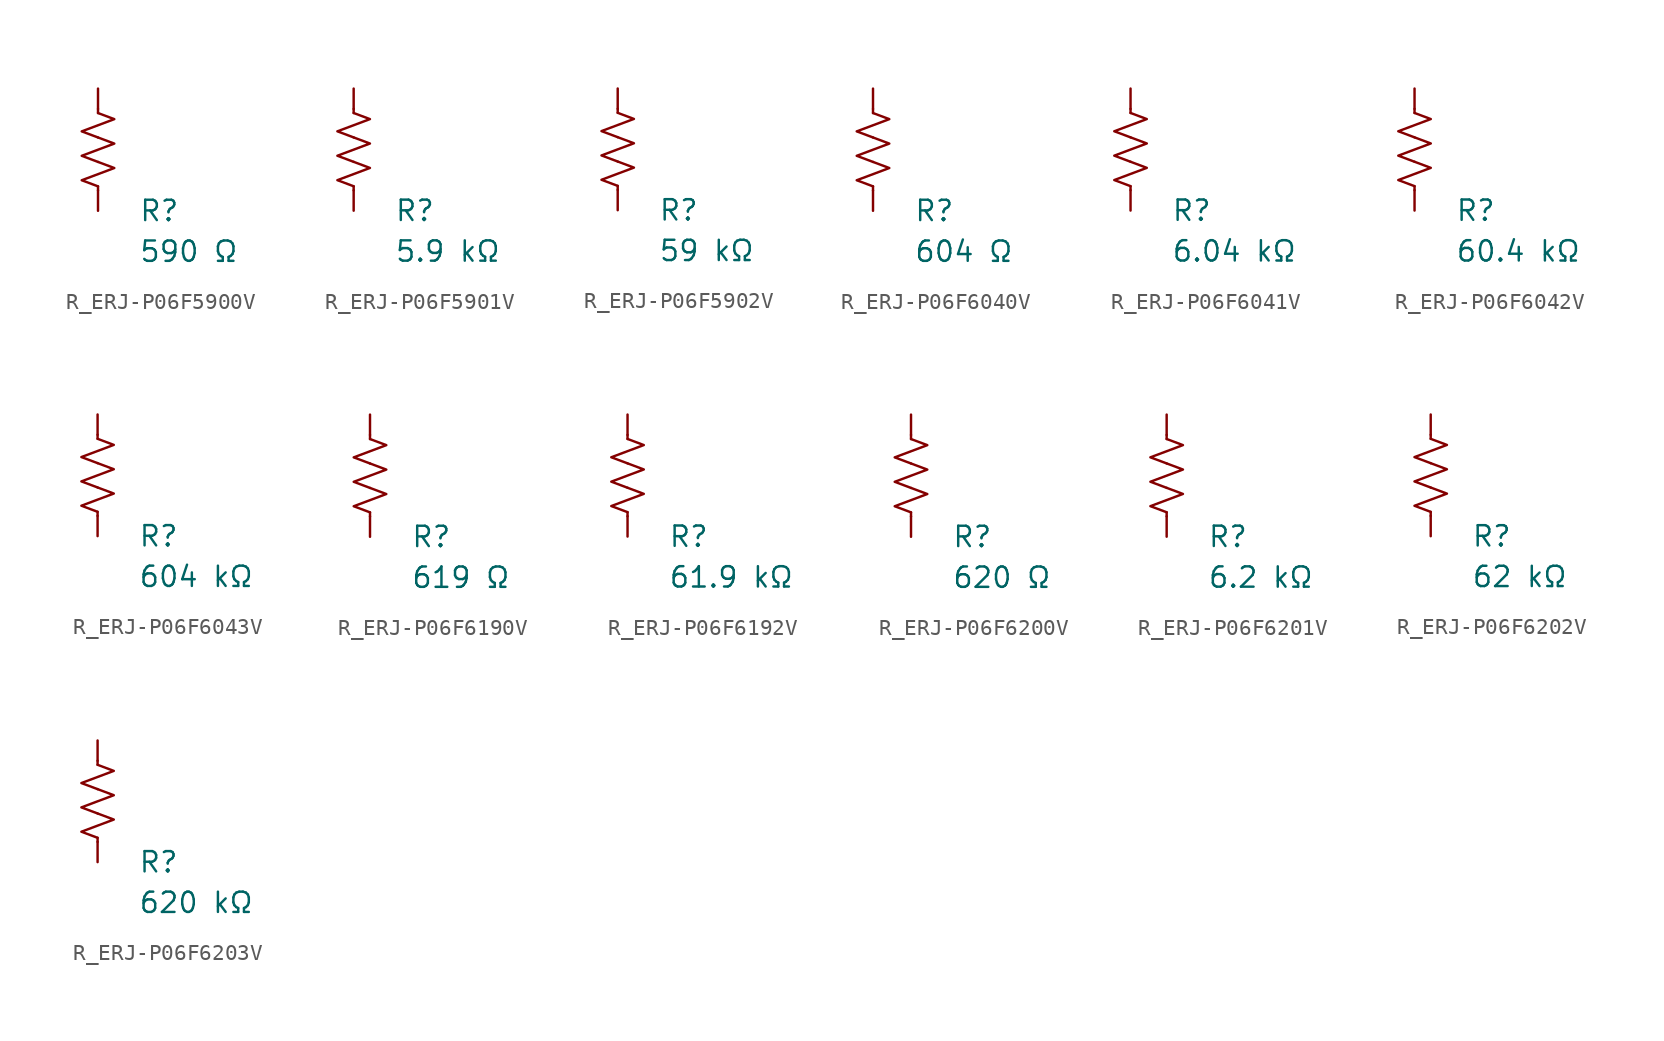
<source format=kicad_sym>
(kicad_symbol_lib
  (version 20231120)
  (generator "kicad_symbol_editor")
  (generator_version "8.0")
  (symbol "R_ERJ-P06F5900V"
    (pin_numbers hide)
    (pin_names
      (offset 0))
    (property "Reference" "R"
      (at 2.54 -3.81 0)
      (effects (font (size 1.27 1.27)) (justify left))
      (show_name no))
    (property "Value" "590 Ω"
      (at 2.54 -6.35 0)
      (effects (font (size 1.27 1.27)) (justify left))
      (show_name no))
    (symbol "R_ERJ-P06F5900V_0_1"
      (polyline (pts (xy 0 -2.286) (xy 0 -2.54)) (stroke (width 0) (type default)) (fill (type none)))
      (polyline (pts (xy 0 2.286) (xy 0 2.54)) (stroke (width 0) (type default)) (fill (type none)))
      (polyline (pts (xy 0 -0.762) (xy 1.016 -1.143) (xy 0 -1.524) (xy -1.016 -1.905) (xy 0 -2.286)) (stroke (width 0) (type default)) (fill (type none)))
      (polyline (pts (xy 0 0.762) (xy 1.016 0.381) (xy 0 0) (xy -1.016 -0.381) (xy 0 -0.762)) (stroke (width 0) (type default)) (fill (type none)))
      (polyline (pts (xy 0 2.286) (xy 1.016 1.905) (xy 0 1.524) (xy -1.016 1.143) (xy 0 0.762)) (stroke (width 0) (type default)) (fill (type none))))
    (symbol "R_ERJ-P06F5900V_1_1"
      (pin passive line (at 0 3.81 270) (length 1.27) (name "~" (effects (font (size 1.27 1.27)))) (number "1" (effects (font (size 1.27 1.27)))))
      (pin passive line (at 0 -3.81 90) (length 1.27) (name "~" (effects (font (size 1.27 1.27)))) (number "2" (effects (font (size 1.27 1.27)))))))
  (symbol "R_ERJ-P06F5901V"
    (pin_numbers hide)
    (pin_names
      (offset 0))
    (property "Reference" "R"
      (at 2.54 -3.81 0)
      (effects (font (size 1.27 1.27)) (justify left))
      (show_name no))
    (property "Value" "5.9 kΩ"
      (at 2.54 -6.35 0)
      (effects (font (size 1.27 1.27)) (justify left))
      (show_name no))
    (symbol "R_ERJ-P06F5901V_0_1"
      (polyline (pts (xy 0 -2.286) (xy 0 -2.54)) (stroke (width 0) (type default)) (fill (type none)))
      (polyline (pts (xy 0 2.286) (xy 0 2.54)) (stroke (width 0) (type default)) (fill (type none)))
      (polyline (pts (xy 0 -0.762) (xy 1.016 -1.143) (xy 0 -1.524) (xy -1.016 -1.905) (xy 0 -2.286)) (stroke (width 0) (type default)) (fill (type none)))
      (polyline (pts (xy 0 0.762) (xy 1.016 0.381) (xy 0 0) (xy -1.016 -0.381) (xy 0 -0.762)) (stroke (width 0) (type default)) (fill (type none)))
      (polyline (pts (xy 0 2.286) (xy 1.016 1.905) (xy 0 1.524) (xy -1.016 1.143) (xy 0 0.762)) (stroke (width 0) (type default)) (fill (type none))))
    (symbol "R_ERJ-P06F5901V_1_1"
      (pin passive line (at 0 3.81 270) (length 1.27) (name "~" (effects (font (size 1.27 1.27)))) (number "1" (effects (font (size 1.27 1.27)))))
      (pin passive line (at 0 -3.81 90) (length 1.27) (name "~" (effects (font (size 1.27 1.27)))) (number "2" (effects (font (size 1.27 1.27)))))))
  (symbol "R_ERJ-P06F5902V"
    (pin_numbers hide)
    (pin_names
      (offset 0))
    (property "Reference" "R"
      (at 2.54 -3.81 0)
      (effects (font (size 1.27 1.27)) (justify left))
      (show_name no))
    (property "Value" "59 kΩ"
      (at 2.54 -6.35 0)
      (effects (font (size 1.27 1.27)) (justify left))
      (show_name no))
    (symbol "R_ERJ-P06F5902V_0_1"
      (polyline (pts (xy 0 -2.286) (xy 0 -2.54)) (stroke (width 0) (type default)) (fill (type none)))
      (polyline (pts (xy 0 2.286) (xy 0 2.54)) (stroke (width 0) (type default)) (fill (type none)))
      (polyline (pts (xy 0 -0.762) (xy 1.016 -1.143) (xy 0 -1.524) (xy -1.016 -1.905) (xy 0 -2.286)) (stroke (width 0) (type default)) (fill (type none)))
      (polyline (pts (xy 0 0.762) (xy 1.016 0.381) (xy 0 0) (xy -1.016 -0.381) (xy 0 -0.762)) (stroke (width 0) (type default)) (fill (type none)))
      (polyline (pts (xy 0 2.286) (xy 1.016 1.905) (xy 0 1.524) (xy -1.016 1.143) (xy 0 0.762)) (stroke (width 0) (type default)) (fill (type none))))
    (symbol "R_ERJ-P06F5902V_1_1"
      (pin passive line (at 0 3.81 270) (length 1.27) (name "~" (effects (font (size 1.27 1.27)))) (number "1" (effects (font (size 1.27 1.27)))))
      (pin passive line (at 0 -3.81 90) (length 1.27) (name "~" (effects (font (size 1.27 1.27)))) (number "2" (effects (font (size 1.27 1.27)))))))
  (symbol "R_ERJ-P06F6040V"
    (pin_numbers hide)
    (pin_names
      (offset 0))
    (property "Reference" "R"
      (at 2.54 -3.81 0)
      (effects (font (size 1.27 1.27)) (justify left))
      (show_name no))
    (property "Value" "604 Ω"
      (at 2.54 -6.35 0)
      (effects (font (size 1.27 1.27)) (justify left))
      (show_name no))
    (symbol "R_ERJ-P06F6040V_0_1"
      (polyline (pts (xy 0 -2.286) (xy 0 -2.54)) (stroke (width 0) (type default)) (fill (type none)))
      (polyline (pts (xy 0 2.286) (xy 0 2.54)) (stroke (width 0) (type default)) (fill (type none)))
      (polyline (pts (xy 0 -0.762) (xy 1.016 -1.143) (xy 0 -1.524) (xy -1.016 -1.905) (xy 0 -2.286)) (stroke (width 0) (type default)) (fill (type none)))
      (polyline (pts (xy 0 0.762) (xy 1.016 0.381) (xy 0 0) (xy -1.016 -0.381) (xy 0 -0.762)) (stroke (width 0) (type default)) (fill (type none)))
      (polyline (pts (xy 0 2.286) (xy 1.016 1.905) (xy 0 1.524) (xy -1.016 1.143) (xy 0 0.762)) (stroke (width 0) (type default)) (fill (type none))))
    (symbol "R_ERJ-P06F6040V_1_1"
      (pin passive line (at 0 3.81 270) (length 1.27) (name "~" (effects (font (size 1.27 1.27)))) (number "1" (effects (font (size 1.27 1.27)))))
      (pin passive line (at 0 -3.81 90) (length 1.27) (name "~" (effects (font (size 1.27 1.27)))) (number "2" (effects (font (size 1.27 1.27)))))))
  (symbol "R_ERJ-P06F6041V"
    (pin_numbers hide)
    (pin_names
      (offset 0))
    (property "Reference" "R"
      (at 2.54 -3.81 0)
      (effects (font (size 1.27 1.27)) (justify left))
      (show_name no))
    (property "Value" "6.04 kΩ"
      (at 2.54 -6.35 0)
      (effects (font (size 1.27 1.27)) (justify left))
      (show_name no))
    (symbol "R_ERJ-P06F6041V_0_1"
      (polyline (pts (xy 0 -2.286) (xy 0 -2.54)) (stroke (width 0) (type default)) (fill (type none)))
      (polyline (pts (xy 0 2.286) (xy 0 2.54)) (stroke (width 0) (type default)) (fill (type none)))
      (polyline (pts (xy 0 -0.762) (xy 1.016 -1.143) (xy 0 -1.524) (xy -1.016 -1.905) (xy 0 -2.286)) (stroke (width 0) (type default)) (fill (type none)))
      (polyline (pts (xy 0 0.762) (xy 1.016 0.381) (xy 0 0) (xy -1.016 -0.381) (xy 0 -0.762)) (stroke (width 0) (type default)) (fill (type none)))
      (polyline (pts (xy 0 2.286) (xy 1.016 1.905) (xy 0 1.524) (xy -1.016 1.143) (xy 0 0.762)) (stroke (width 0) (type default)) (fill (type none))))
    (symbol "R_ERJ-P06F6041V_1_1"
      (pin passive line (at 0 3.81 270) (length 1.27) (name "~" (effects (font (size 1.27 1.27)))) (number "1" (effects (font (size 1.27 1.27)))))
      (pin passive line (at 0 -3.81 90) (length 1.27) (name "~" (effects (font (size 1.27 1.27)))) (number "2" (effects (font (size 1.27 1.27)))))))
  (symbol "R_ERJ-P06F6042V"
    (pin_numbers hide)
    (pin_names
      (offset 0))
    (property "Reference" "R"
      (at 2.54 -3.81 0)
      (effects (font (size 1.27 1.27)) (justify left))
      (show_name no))
    (property "Value" "60.4 kΩ"
      (at 2.54 -6.35 0)
      (effects (font (size 1.27 1.27)) (justify left))
      (show_name no))
    (symbol "R_ERJ-P06F6042V_0_1"
      (polyline (pts (xy 0 -2.286) (xy 0 -2.54)) (stroke (width 0) (type default)) (fill (type none)))
      (polyline (pts (xy 0 2.286) (xy 0 2.54)) (stroke (width 0) (type default)) (fill (type none)))
      (polyline (pts (xy 0 -0.762) (xy 1.016 -1.143) (xy 0 -1.524) (xy -1.016 -1.905) (xy 0 -2.286)) (stroke (width 0) (type default)) (fill (type none)))
      (polyline (pts (xy 0 0.762) (xy 1.016 0.381) (xy 0 0) (xy -1.016 -0.381) (xy 0 -0.762)) (stroke (width 0) (type default)) (fill (type none)))
      (polyline (pts (xy 0 2.286) (xy 1.016 1.905) (xy 0 1.524) (xy -1.016 1.143) (xy 0 0.762)) (stroke (width 0) (type default)) (fill (type none))))
    (symbol "R_ERJ-P06F6042V_1_1"
      (pin passive line (at 0 3.81 270) (length 1.27) (name "~" (effects (font (size 1.27 1.27)))) (number "1" (effects (font (size 1.27 1.27)))))
      (pin passive line (at 0 -3.81 90) (length 1.27) (name "~" (effects (font (size 1.27 1.27)))) (number "2" (effects (font (size 1.27 1.27)))))))
  (symbol "R_ERJ-P06F6043V"
    (pin_numbers hide)
    (pin_names
      (offset 0))
    (property "Reference" "R"
      (at 2.54 -3.81 0)
      (effects (font (size 1.27 1.27)) (justify left))
      (show_name no))
    (property "Value" "604 kΩ"
      (at 2.54 -6.35 0)
      (effects (font (size 1.27 1.27)) (justify left))
      (show_name no))
    (symbol "R_ERJ-P06F6043V_0_1"
      (polyline (pts (xy 0 -2.286) (xy 0 -2.54)) (stroke (width 0) (type default)) (fill (type none)))
      (polyline (pts (xy 0 2.286) (xy 0 2.54)) (stroke (width 0) (type default)) (fill (type none)))
      (polyline (pts (xy 0 -0.762) (xy 1.016 -1.143) (xy 0 -1.524) (xy -1.016 -1.905) (xy 0 -2.286)) (stroke (width 0) (type default)) (fill (type none)))
      (polyline (pts (xy 0 0.762) (xy 1.016 0.381) (xy 0 0) (xy -1.016 -0.381) (xy 0 -0.762)) (stroke (width 0) (type default)) (fill (type none)))
      (polyline (pts (xy 0 2.286) (xy 1.016 1.905) (xy 0 1.524) (xy -1.016 1.143) (xy 0 0.762)) (stroke (width 0) (type default)) (fill (type none))))
    (symbol "R_ERJ-P06F6043V_1_1"
      (pin passive line (at 0 3.81 270) (length 1.27) (name "~" (effects (font (size 1.27 1.27)))) (number "1" (effects (font (size 1.27 1.27)))))
      (pin passive line (at 0 -3.81 90) (length 1.27) (name "~" (effects (font (size 1.27 1.27)))) (number "2" (effects (font (size 1.27 1.27)))))))
  (symbol "R_ERJ-P06F6190V"
    (pin_numbers hide)
    (pin_names
      (offset 0))
    (property "Reference" "R"
      (at 2.54 -3.81 0)
      (effects (font (size 1.27 1.27)) (justify left))
      (show_name no))
    (property "Value" "619 Ω"
      (at 2.54 -6.35 0)
      (effects (font (size 1.27 1.27)) (justify left))
      (show_name no))
    (symbol "R_ERJ-P06F6190V_0_1"
      (polyline (pts (xy 0 -2.286) (xy 0 -2.54)) (stroke (width 0) (type default)) (fill (type none)))
      (polyline (pts (xy 0 2.286) (xy 0 2.54)) (stroke (width 0) (type default)) (fill (type none)))
      (polyline (pts (xy 0 -0.762) (xy 1.016 -1.143) (xy 0 -1.524) (xy -1.016 -1.905) (xy 0 -2.286)) (stroke (width 0) (type default)) (fill (type none)))
      (polyline (pts (xy 0 0.762) (xy 1.016 0.381) (xy 0 0) (xy -1.016 -0.381) (xy 0 -0.762)) (stroke (width 0) (type default)) (fill (type none)))
      (polyline (pts (xy 0 2.286) (xy 1.016 1.905) (xy 0 1.524) (xy -1.016 1.143) (xy 0 0.762)) (stroke (width 0) (type default)) (fill (type none))))
    (symbol "R_ERJ-P06F6190V_1_1"
      (pin passive line (at 0 3.81 270) (length 1.27) (name "~" (effects (font (size 1.27 1.27)))) (number "1" (effects (font (size 1.27 1.27)))))
      (pin passive line (at 0 -3.81 90) (length 1.27) (name "~" (effects (font (size 1.27 1.27)))) (number "2" (effects (font (size 1.27 1.27)))))))
  (symbol "R_ERJ-P06F6192V"
    (pin_numbers hide)
    (pin_names
      (offset 0))
    (property "Reference" "R"
      (at 2.54 -3.81 0)
      (effects (font (size 1.27 1.27)) (justify left))
      (show_name no))
    (property "Value" "61.9 kΩ"
      (at 2.54 -6.35 0)
      (effects (font (size 1.27 1.27)) (justify left))
      (show_name no))
    (symbol "R_ERJ-P06F6192V_0_1"
      (polyline (pts (xy 0 -2.286) (xy 0 -2.54)) (stroke (width 0) (type default)) (fill (type none)))
      (polyline (pts (xy 0 2.286) (xy 0 2.54)) (stroke (width 0) (type default)) (fill (type none)))
      (polyline (pts (xy 0 -0.762) (xy 1.016 -1.143) (xy 0 -1.524) (xy -1.016 -1.905) (xy 0 -2.286)) (stroke (width 0) (type default)) (fill (type none)))
      (polyline (pts (xy 0 0.762) (xy 1.016 0.381) (xy 0 0) (xy -1.016 -0.381) (xy 0 -0.762)) (stroke (width 0) (type default)) (fill (type none)))
      (polyline (pts (xy 0 2.286) (xy 1.016 1.905) (xy 0 1.524) (xy -1.016 1.143) (xy 0 0.762)) (stroke (width 0) (type default)) (fill (type none))))
    (symbol "R_ERJ-P06F6192V_1_1"
      (pin passive line (at 0 3.81 270) (length 1.27) (name "~" (effects (font (size 1.27 1.27)))) (number "1" (effects (font (size 1.27 1.27)))))
      (pin passive line (at 0 -3.81 90) (length 1.27) (name "~" (effects (font (size 1.27 1.27)))) (number "2" (effects (font (size 1.27 1.27)))))))
  (symbol "R_ERJ-P06F6200V"
    (pin_numbers hide)
    (pin_names
      (offset 0))
    (property "Reference" "R"
      (at 2.54 -3.81 0)
      (effects (font (size 1.27 1.27)) (justify left))
      (show_name no))
    (property "Value" "620 Ω"
      (at 2.54 -6.35 0)
      (effects (font (size 1.27 1.27)) (justify left))
      (show_name no))
    (symbol "R_ERJ-P06F6200V_0_1"
      (polyline (pts (xy 0 -2.286) (xy 0 -2.54)) (stroke (width 0) (type default)) (fill (type none)))
      (polyline (pts (xy 0 2.286) (xy 0 2.54)) (stroke (width 0) (type default)) (fill (type none)))
      (polyline (pts (xy 0 -0.762) (xy 1.016 -1.143) (xy 0 -1.524) (xy -1.016 -1.905) (xy 0 -2.286)) (stroke (width 0) (type default)) (fill (type none)))
      (polyline (pts (xy 0 0.762) (xy 1.016 0.381) (xy 0 0) (xy -1.016 -0.381) (xy 0 -0.762)) (stroke (width 0) (type default)) (fill (type none)))
      (polyline (pts (xy 0 2.286) (xy 1.016 1.905) (xy 0 1.524) (xy -1.016 1.143) (xy 0 0.762)) (stroke (width 0) (type default)) (fill (type none))))
    (symbol "R_ERJ-P06F6200V_1_1"
      (pin passive line (at 0 3.81 270) (length 1.27) (name "~" (effects (font (size 1.27 1.27)))) (number "1" (effects (font (size 1.27 1.27)))))
      (pin passive line (at 0 -3.81 90) (length 1.27) (name "~" (effects (font (size 1.27 1.27)))) (number "2" (effects (font (size 1.27 1.27)))))))
  (symbol "R_ERJ-P06F6201V"
    (pin_numbers hide)
    (pin_names
      (offset 0))
    (property "Reference" "R"
      (at 2.54 -3.81 0)
      (effects (font (size 1.27 1.27)) (justify left))
      (show_name no))
    (property "Value" "6.2 kΩ"
      (at 2.54 -6.35 0)
      (effects (font (size 1.27 1.27)) (justify left))
      (show_name no))
    (symbol "R_ERJ-P06F6201V_0_1"
      (polyline (pts (xy 0 -2.286) (xy 0 -2.54)) (stroke (width 0) (type default)) (fill (type none)))
      (polyline (pts (xy 0 2.286) (xy 0 2.54)) (stroke (width 0) (type default)) (fill (type none)))
      (polyline (pts (xy 0 -0.762) (xy 1.016 -1.143) (xy 0 -1.524) (xy -1.016 -1.905) (xy 0 -2.286)) (stroke (width 0) (type default)) (fill (type none)))
      (polyline (pts (xy 0 0.762) (xy 1.016 0.381) (xy 0 0) (xy -1.016 -0.381) (xy 0 -0.762)) (stroke (width 0) (type default)) (fill (type none)))
      (polyline (pts (xy 0 2.286) (xy 1.016 1.905) (xy 0 1.524) (xy -1.016 1.143) (xy 0 0.762)) (stroke (width 0) (type default)) (fill (type none))))
    (symbol "R_ERJ-P06F6201V_1_1"
      (pin passive line (at 0 3.81 270) (length 1.27) (name "~" (effects (font (size 1.27 1.27)))) (number "1" (effects (font (size 1.27 1.27)))))
      (pin passive line (at 0 -3.81 90) (length 1.27) (name "~" (effects (font (size 1.27 1.27)))) (number "2" (effects (font (size 1.27 1.27)))))))
  (symbol "R_ERJ-P06F6202V"
    (pin_numbers hide)
    (pin_names
      (offset 0))
    (property "Reference" "R"
      (at 2.54 -3.81 0)
      (effects (font (size 1.27 1.27)) (justify left))
      (show_name no))
    (property "Value" "62 kΩ"
      (at 2.54 -6.35 0)
      (effects (font (size 1.27 1.27)) (justify left))
      (show_name no))
    (symbol "R_ERJ-P06F6202V_0_1"
      (polyline (pts (xy 0 -2.286) (xy 0 -2.54)) (stroke (width 0) (type default)) (fill (type none)))
      (polyline (pts (xy 0 2.286) (xy 0 2.54)) (stroke (width 0) (type default)) (fill (type none)))
      (polyline (pts (xy 0 -0.762) (xy 1.016 -1.143) (xy 0 -1.524) (xy -1.016 -1.905) (xy 0 -2.286)) (stroke (width 0) (type default)) (fill (type none)))
      (polyline (pts (xy 0 0.762) (xy 1.016 0.381) (xy 0 0) (xy -1.016 -0.381) (xy 0 -0.762)) (stroke (width 0) (type default)) (fill (type none)))
      (polyline (pts (xy 0 2.286) (xy 1.016 1.905) (xy 0 1.524) (xy -1.016 1.143) (xy 0 0.762)) (stroke (width 0) (type default)) (fill (type none))))
    (symbol "R_ERJ-P06F6202V_1_1"
      (pin passive line (at 0 3.81 270) (length 1.27) (name "~" (effects (font (size 1.27 1.27)))) (number "1" (effects (font (size 1.27 1.27)))))
      (pin passive line (at 0 -3.81 90) (length 1.27) (name "~" (effects (font (size 1.27 1.27)))) (number "2" (effects (font (size 1.27 1.27)))))))
  (symbol "R_ERJ-P06F6203V"
    (pin_numbers hide)
    (pin_names
      (offset 0))
    (property "Reference" "R"
      (at 2.54 -3.81 0)
      (effects (font (size 1.27 1.27)) (justify left))
      (show_name no))
    (property "Value" "620 kΩ"
      (at 2.54 -6.35 0)
      (effects (font (size 1.27 1.27)) (justify left))
      (show_name no))
    (symbol "R_ERJ-P06F6203V_0_1"
      (polyline (pts (xy 0 -2.286) (xy 0 -2.54)) (stroke (width 0) (type default)) (fill (type none)))
      (polyline (pts (xy 0 2.286) (xy 0 2.54)) (stroke (width 0) (type default)) (fill (type none)))
      (polyline (pts (xy 0 -0.762) (xy 1.016 -1.143) (xy 0 -1.524) (xy -1.016 -1.905) (xy 0 -2.286)) (stroke (width 0) (type default)) (fill (type none)))
      (polyline (pts (xy 0 0.762) (xy 1.016 0.381) (xy 0 0) (xy -1.016 -0.381) (xy 0 -0.762)) (stroke (width 0) (type default)) (fill (type none)))
      (polyline (pts (xy 0 2.286) (xy 1.016 1.905) (xy 0 1.524) (xy -1.016 1.143) (xy 0 0.762)) (stroke (width 0) (type default)) (fill (type none))))
    (symbol "R_ERJ-P06F6203V_1_1"
      (pin passive line (at 0 3.81 270) (length 1.27) (name "~" (effects (font (size 1.27 1.27)))) (number "1" (effects (font (size 1.27 1.27)))))
      (pin passive line (at 0 -3.81 90) (length 1.27) (name "~" (effects (font (size 1.27 1.27)))) (number "2" (effects (font (size 1.27 1.27))))))))
</source>
